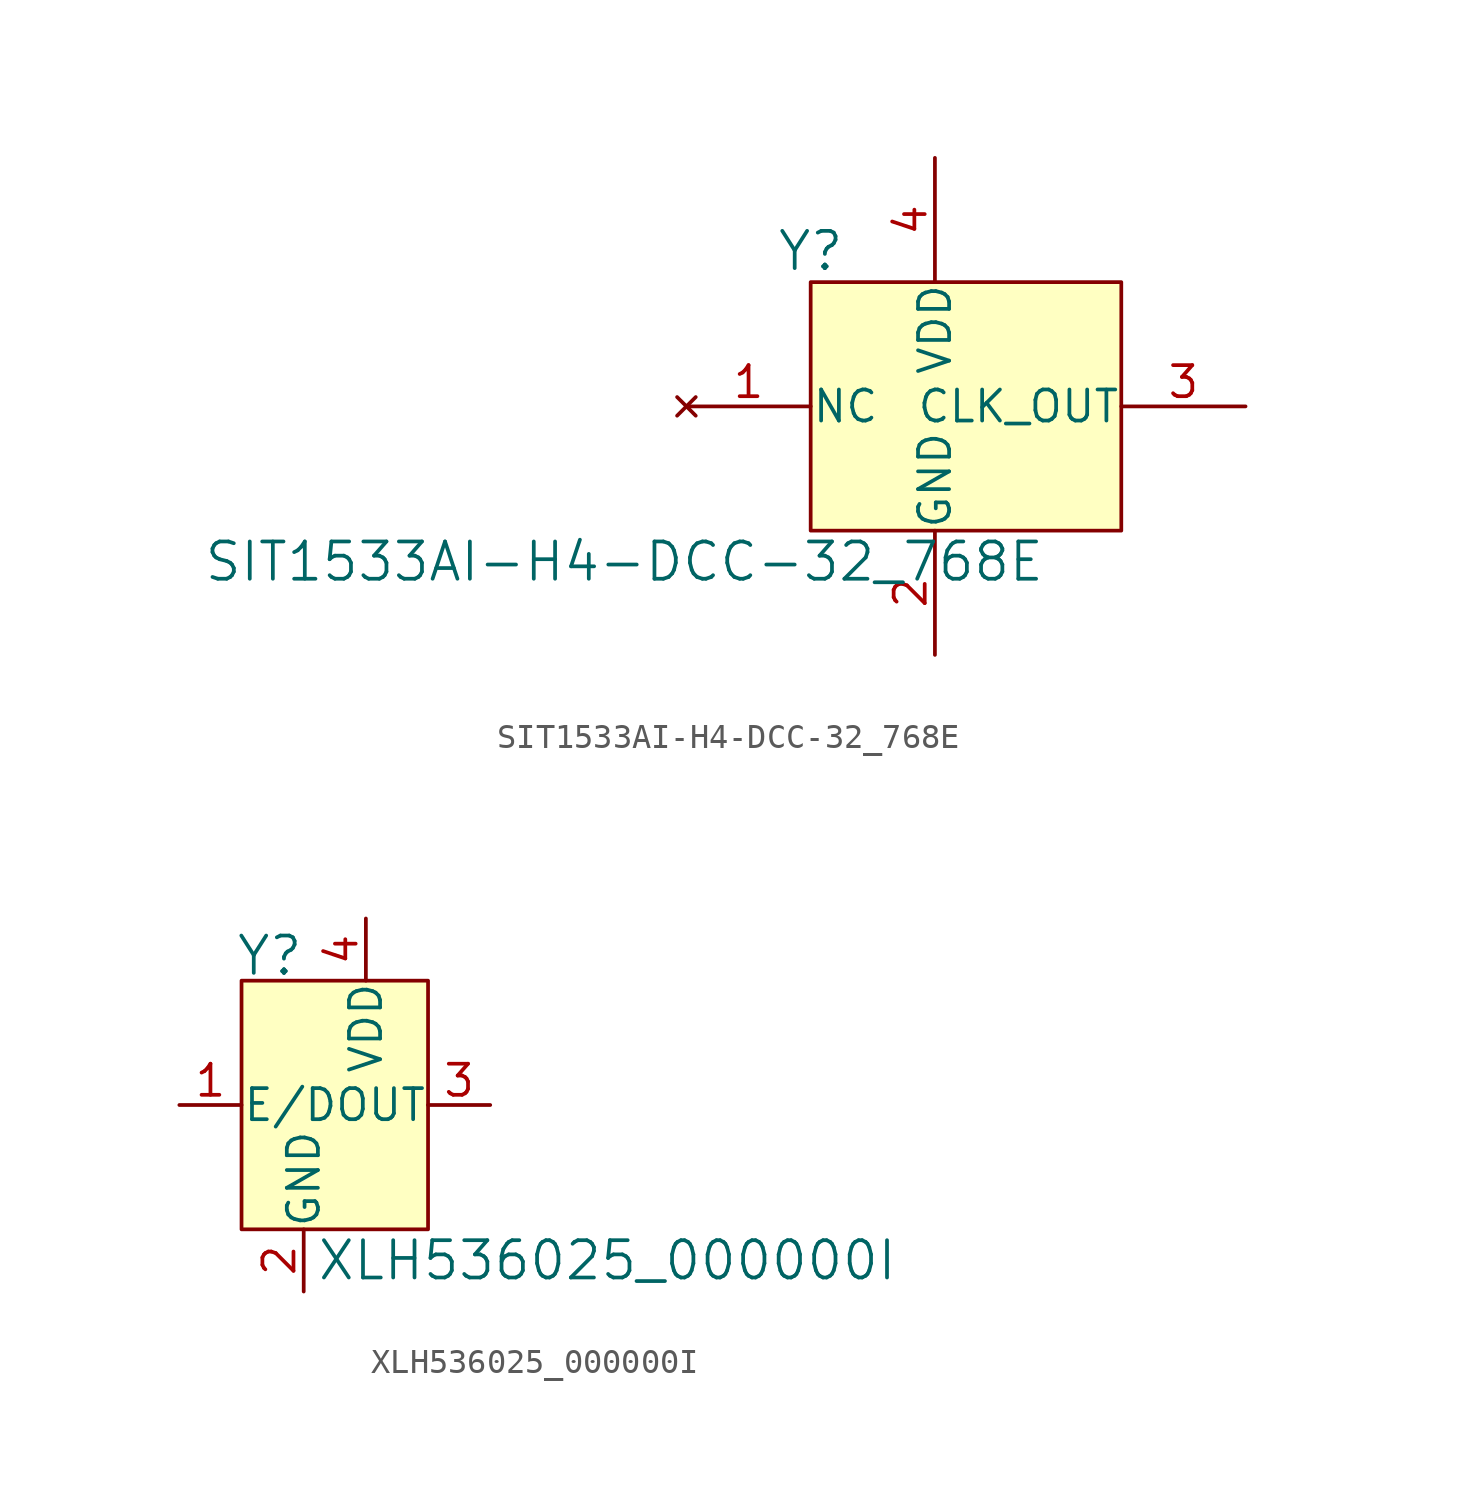
<source format=kicad_sym>
(kicad_symbol_lib
  (version 20231120)
  (generator "kicad_symbol_editor")
  (generator_version "8.0")
  (symbol "SIT1533AI-H4-DCC-32_768E"
    (pin_names
      (offset 0.025))
    (property "Reference" "Y"
      (at -5.08 6.35 0)
      (effects (font (size 1.524 1.524))))
    (property "Value" "SIT1533AI-H4-DCC-32_768E"
      (at -12.7 -6.35 0)
      (effects (font (size 1.524 1.524))))
    (symbol "SIT1533AI-H4-DCC-32_768E_0_1"
      (rectangle (start 7.62 5.08) (end -5.08 -5.08) (stroke (width 0) (type solid)) (fill (type background))))
    (symbol "SIT1533AI-H4-DCC-32_768E_1_1"
      (pin no_connect line (at -10.16 0 0) (length 5.08) (name "NC" (effects (font (size 1.27 1.27)))) (number "1" (effects (font (size 1.27 1.27)))))
      (pin power_in line (at 0 -10.16 90) (length 5.08) (name "GND" (effects (font (size 1.27 1.27)))) (number "2" (effects (font (size 1.27 1.27)))))
      (pin output line (at 12.7 0 180) (length 5.08) (name "CLK_OUT" (effects (font (size 1.27 1.27)))) (number "3" (effects (font (size 1.27 1.27)))))
      (pin power_in line (at 0 10.16 270) (length 5.08) (name "VDD" (effects (font (size 1.27 1.27)))) (number "4" (effects (font (size 1.27 1.27)))))))
  (symbol "XLH536025_000000I"
    (pin_names
      (offset 0.025))
    (property "Reference" "Y"
      (at -2.794 3.556 0)
      (effects (font (size 1.524 1.524)) (justify left)))
    (property "Value" "XLH536025_000000I"
      (at 0.508 -8.89 0)
      (effects (font (size 1.524 1.524)) (justify left)))
    (symbol "XLH536025_000000I_0_1"
      (rectangle (start 5.08 2.54) (end -2.54 -7.62) (stroke (width 0) (type solid)) (fill (type background))))
    (symbol "XLH536025_000000I_1_1"
      (pin input line (at -5.08 -2.54 0) (length 2.54) (name "E/D" (effects (font (size 1.27 1.27)))) (number "1" (effects (font (size 1.27 1.27)))))
      (pin power_in line (at 0 -10.16 90) (length 2.54) (name "GND" (effects (font (size 1.27 1.27)))) (number "2" (effects (font (size 1.27 1.27)))))
      (pin output line (at 7.62 -2.54 180) (length 2.54) (name "OUT" (effects (font (size 1.27 1.27)))) (number "3" (effects (font (size 1.27 1.27)))))
      (pin power_in line (at 2.54 5.08 270) (length 2.54) (name "VDD" (effects (font (size 1.27 1.27)))) (number "4" (effects (font (size 1.27 1.27))))))))
</source>
